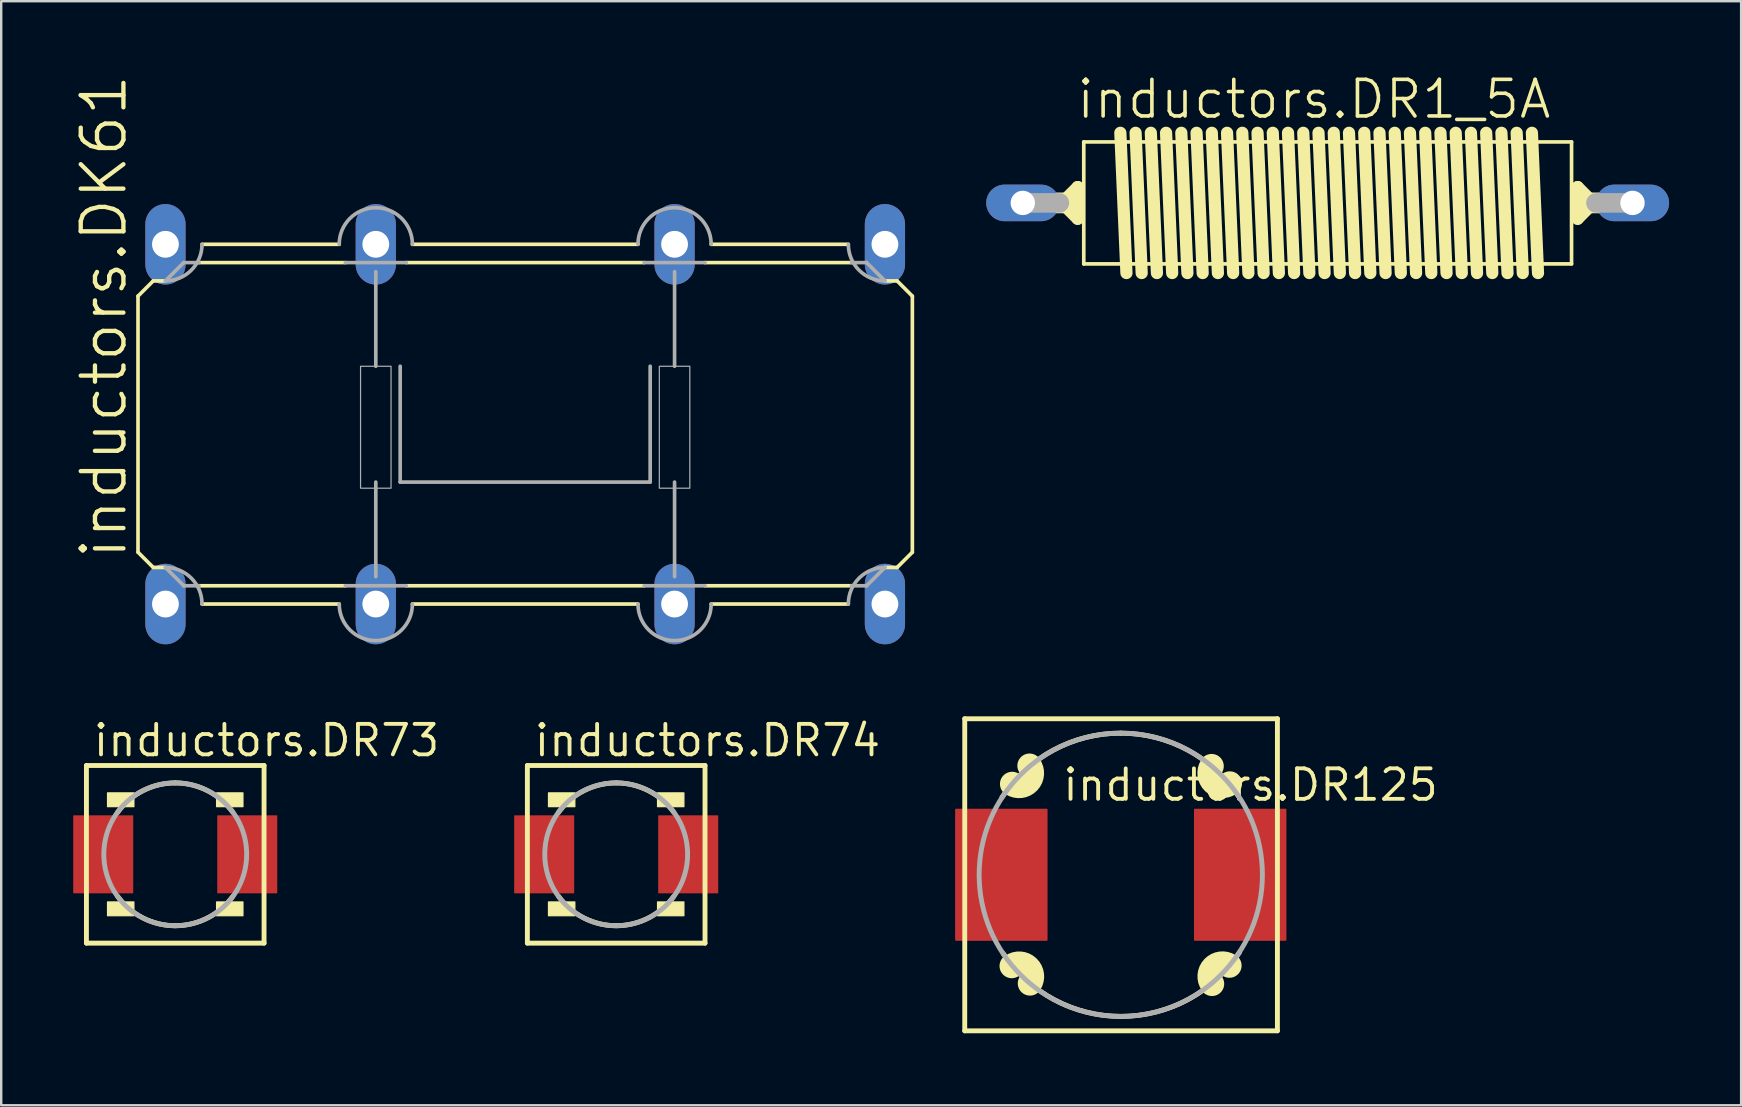
<source format=kicad_pcb>
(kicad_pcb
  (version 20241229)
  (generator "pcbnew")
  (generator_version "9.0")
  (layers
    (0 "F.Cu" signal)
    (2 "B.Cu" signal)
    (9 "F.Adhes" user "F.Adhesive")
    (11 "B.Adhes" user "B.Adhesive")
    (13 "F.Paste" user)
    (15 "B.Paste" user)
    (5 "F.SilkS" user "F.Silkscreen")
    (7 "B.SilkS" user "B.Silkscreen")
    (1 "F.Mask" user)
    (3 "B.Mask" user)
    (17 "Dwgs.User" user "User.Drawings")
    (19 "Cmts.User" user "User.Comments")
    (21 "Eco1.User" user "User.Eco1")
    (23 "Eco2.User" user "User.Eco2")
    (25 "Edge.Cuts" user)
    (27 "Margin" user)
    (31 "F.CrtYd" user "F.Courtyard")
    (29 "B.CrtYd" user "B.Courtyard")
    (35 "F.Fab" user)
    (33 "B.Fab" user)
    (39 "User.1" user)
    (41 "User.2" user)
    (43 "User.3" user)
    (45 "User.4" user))
  (footprint "inductors.DR1_5A"
    (layer "F.Cu")
    (at 52.257 5.403)
    (property "Reference" "inductors.DR1_5A" (at -10.541 -3.429 0) (layer "F.SilkS") (effects (font (size 1.524 1.524) (thickness 0.15)) (justify left bottom)))
    (attr through_hole)
    (fp_line (start -10.82 0.254) (end -10.414 0.66) (stroke (width 0.508) (type default)) (layer "F.SilkS"))
    (fp_line (start -10.414 -0.66) (end -10.82 -0.254) (stroke (width 0.508) (type default)) (layer "F.SilkS"))
    (fp_line (start -10.414 0.66) (end -10.414 -0.66) (stroke (width 0.508) (type default)) (layer "F.SilkS"))
    (fp_line (start -10.16 -2.54) (end -10.16 2.54) (stroke (width 0.152) (type default)) (layer "F.SilkS"))
    (fp_line (start -10.16 -2.54) (end 10.16 -2.54) (stroke (width 0.152) (type default)) (layer "F.SilkS"))
    (fp_line (start -8.636 -2.921) (end -8.382 2.921) (stroke (width 0.508) (type default)) (layer "F.SilkS"))
    (fp_line (start -8.001 -2.921) (end -7.747 2.921) (stroke (width 0.508) (type default)) (layer "F.SilkS"))
    (fp_line (start -7.366 -2.921) (end -7.112 2.921) (stroke (width 0.508) (type default)) (layer "F.SilkS"))
    (fp_line (start -6.731 -2.921) (end -6.477 2.921) (stroke (width 0.508) (type default)) (layer "F.SilkS"))
    (fp_line (start -6.096 -2.921) (end -5.842 2.921) (stroke (width 0.508) (type default)) (layer "F.SilkS"))
    (fp_line (start -5.461 -2.921) (end -5.207 2.921) (stroke (width 0.508) (type default)) (layer "F.SilkS"))
    (fp_line (start -4.826 -2.921) (end -4.572 2.921) (stroke (width 0.508) (type default)) (layer "F.SilkS"))
    (fp_line (start -4.191 -2.921) (end -3.937 2.921) (stroke (width 0.508) (type default)) (layer "F.SilkS"))
    (fp_line (start -3.556 -2.921) (end -3.302 2.921) (stroke (width 0.508) (type default)) (layer "F.SilkS"))
    (fp_line (start -2.921 -2.921) (end -2.667 2.921) (stroke (width 0.508) (type default)) (layer "F.SilkS"))
    (fp_line (start -2.286 -2.921) (end -2.032 2.921) (stroke (width 0.508) (type default)) (layer "F.SilkS"))
    (fp_line (start -1.651 -2.921) (end -1.397 2.921) (stroke (width 0.508) (type default)) (layer "F.SilkS"))
    (fp_line (start -1.016 -2.921) (end -0.762 2.921) (stroke (width 0.508) (type default)) (layer "F.SilkS"))
    (fp_line (start -0.381 -2.921) (end -0.127 2.921) (stroke (width 0.508) (type default)) (layer "F.SilkS"))
    (fp_line (start 0.254 -2.921) (end 0.508 2.921) (stroke (width 0.508) (type default)) (layer "F.SilkS"))
    (fp_line (start 0.889 -2.921) (end 1.143 2.921) (stroke (width 0.508) (type default)) (layer "F.SilkS"))
    (fp_line (start 1.524 -2.921) (end 1.778 2.921) (stroke (width 0.508) (type default)) (layer "F.SilkS"))
    (fp_line (start 2.159 -2.921) (end 2.413 2.921) (stroke (width 0.508) (type default)) (layer "F.SilkS"))
    (fp_line (start 2.794 -2.921) (end 3.048 2.921) (stroke (width 0.508) (type default)) (layer "F.SilkS"))
    (fp_line (start 3.429 -2.921) (end 3.683 2.921) (stroke (width 0.508) (type default)) (layer "F.SilkS"))
    (fp_line (start 4.064 -2.921) (end 4.318 2.921) (stroke (width 0.508) (type default)) (layer "F.SilkS"))
    (fp_line (start 4.699 -2.921) (end 4.953 2.921) (stroke (width 0.508) (type default)) (layer "F.SilkS"))
    (fp_line (start 5.334 -2.921) (end 5.588 2.921) (stroke (width 0.508) (type default)) (layer "F.SilkS"))
    (fp_line (start 5.969 -2.921) (end 6.223 2.921) (stroke (width 0.508) (type default)) (layer "F.SilkS"))
    (fp_line (start 6.604 -2.921) (end 6.858 2.921) (stroke (width 0.508) (type default)) (layer "F.SilkS"))
    (fp_line (start 7.239 -2.921) (end 7.493 2.921) (stroke (width 0.508) (type default)) (layer "F.SilkS"))
    (fp_line (start 7.874 -2.921) (end 8.128 2.921) (stroke (width 0.508) (type default)) (layer "F.SilkS"))
    (fp_line (start 8.509 -2.921) (end 8.763 2.921) (stroke (width 0.508) (type default)) (layer "F.SilkS"))
    (fp_line (start 10.16 2.54) (end -10.16 2.54) (stroke (width 0.152) (type default)) (layer "F.SilkS"))
    (fp_line (start 10.16 2.54) (end 10.16 -2.54) (stroke (width 0.152) (type default)) (layer "F.SilkS"))
    (fp_line (start 10.414 -0.66) (end 10.82 -0.254) (stroke (width 0.508) (type default)) (layer "F.SilkS"))
    (fp_line (start 10.414 0.66) (end 10.414 -0.66) (stroke (width 0.508) (type default)) (layer "F.SilkS"))
    (fp_line (start 10.82 0.254) (end 10.414 0.66) (stroke (width 0.508) (type default)) (layer "F.SilkS"))
    (fp_rect (start -11.303 0.406) (end -10.16 -0.406) (stroke (width 0.05) (type default)) (fill yes) (layer "F.SilkS"))
    (fp_rect (start 10.16 0.406) (end 11.303 -0.406) (stroke (width 0.05) (type default)) (fill yes) (layer "F.SilkS"))
    (fp_line (start -12.7 0) (end -11.176 0) (stroke (width 0.813) (type default)) (layer "F.Fab"))
    (fp_line (start 11.176 0) (end 12.7 0) (stroke (width 0.813) (type default)) (layer "F.Fab"))
    (pad "1" thru_hole oval (at -12.7 0) (size 3.048 1.524) (drill 1.016) (layers "*.Cu" "*.Mask"))
    (pad "2" thru_hole oval (at 12.7 0) (size 3.048 1.524) (drill 1.016) (layers "*.Cu" "*.Mask")))
  (footprint "inductors.DK61"
    (layer "F.Cu")
    (at 18.828 14.62)
    (property "Reference" "inductors.DK61" (at -16.51 5.715 90) (layer "F.SilkS") (effects (font (size 1.778 1.778) (thickness 0.18)) (justify left bottom)))
    (attr through_hole)
    (fp_line (start -16.129 5.334) (end -16.129 -5.334) (stroke (width 0.152) (type default)) (layer "F.SilkS"))
    (fp_line (start -15.494 -5.969) (end -16.129 -5.334) (stroke (width 0.152) (type default)) (layer "F.SilkS"))
    (fp_line (start -15.494 -5.969) (end -14.986 -5.969) (stroke (width 0.152) (type default)) (layer "F.SilkS"))
    (fp_line (start -15.494 5.969) (end -16.129 5.334) (stroke (width 0.152) (type default)) (layer "F.SilkS"))
    (fp_line (start -15.494 5.969) (end -14.986 5.969) (stroke (width 0.152) (type default)) (layer "F.SilkS"))
    (fp_line (start -7.747 -7.493) (end -13.462 -7.493) (stroke (width 0.152) (type default)) (layer "F.SilkS"))
    (fp_line (start -7.747 7.493) (end -13.462 7.493) (stroke (width 0.152) (type default)) (layer "F.SilkS"))
    (fp_line (start -7.493 -6.731) (end -13.589 -6.731) (stroke (width 0.152) (type default)) (layer "F.SilkS"))
    (fp_line (start -7.493 6.731) (end -13.589 6.731) (stroke (width 0.152) (type default)) (layer "F.SilkS"))
    (fp_line (start 4.699 -7.493) (end -4.699 -7.493) (stroke (width 0.152) (type default)) (layer "F.SilkS"))
    (fp_line (start 4.699 7.493) (end -4.699 7.493) (stroke (width 0.152) (type default)) (layer "F.SilkS"))
    (fp_line (start 4.953 -6.731) (end -4.953 -6.731) (stroke (width 0.152) (type default)) (layer "F.SilkS"))
    (fp_line (start 4.953 6.731) (end -4.953 6.731) (stroke (width 0.152) (type default)) (layer "F.SilkS"))
    (fp_line (start 13.462 -7.493) (end 7.747 -7.493) (stroke (width 0.152) (type default)) (layer "F.SilkS"))
    (fp_line (start 13.462 7.493) (end 7.747 7.493) (stroke (width 0.152) (type default)) (layer "F.SilkS"))
    (fp_line (start 13.589 -6.731) (end 7.493 -6.731) (stroke (width 0.152) (type default)) (layer "F.SilkS"))
    (fp_line (start 13.589 6.731) (end 7.493 6.731) (stroke (width 0.152) (type default)) (layer "F.SilkS"))
    (fp_line (start 15.494 -5.969) (end 14.986 -5.969) (stroke (width 0.152) (type default)) (layer "F.SilkS"))
    (fp_line (start 15.494 -5.969) (end 16.129 -5.334) (stroke (width 0.152) (type default)) (layer "F.SilkS"))
    (fp_line (start 15.494 5.969) (end 14.986 5.969) (stroke (width 0.152) (type default)) (layer "F.SilkS"))
    (fp_line (start 15.494 5.969) (end 16.129 5.334) (stroke (width 0.152) (type default)) (layer "F.SilkS"))
    (fp_line (start 16.129 5.334) (end 16.129 -5.334) (stroke (width 0.152) (type default)) (layer "F.SilkS"))
    (fp_line (start -14.224 -6.731) (end -14.986 -5.969) (stroke (width 0.152) (type default)) (layer "F.Fab"))
    (fp_line (start -14.224 -6.731) (end -13.589 -6.731) (stroke (width 0.152) (type default)) (layer "F.Fab"))
    (fp_line (start -14.224 6.731) (end -14.986 5.969) (stroke (width 0.152) (type default)) (layer "F.Fab"))
    (fp_line (start -14.224 6.731) (end -13.589 6.731) (stroke (width 0.152) (type default)) (layer "F.Fab"))
    (fp_line (start -7.493 -6.731) (end -4.953 -6.731) (stroke (width 0.152) (type default)) (layer "F.Fab"))
    (fp_line (start -7.493 6.731) (end -4.953 6.731) (stroke (width 0.152) (type default)) (layer "F.Fab"))
    (fp_line (start -6.223 -6.35) (end -6.223 -2.413) (stroke (width 0.152) (type default)) (layer "F.Fab"))
    (fp_line (start -6.223 2.413) (end -6.223 6.35) (stroke (width 0.152) (type default)) (layer "F.Fab"))
    (fp_line (start -5.207 2.413) (end -5.207 -2.413) (stroke (width 0.152) (type default)) (layer "F.Fab"))
    (fp_line (start -5.207 2.413) (end 5.207 2.413) (stroke (width 0.152) (type default)) (layer "F.Fab"))
    (fp_line (start 4.953 -6.731) (end 7.493 -6.731) (stroke (width 0.152) (type default)) (layer "F.Fab"))
    (fp_line (start 4.953 6.731) (end 7.493 6.731) (stroke (width 0.152) (type default)) (layer "F.Fab"))
    (fp_line (start 5.207 2.413) (end 5.207 -2.413) (stroke (width 0.152) (type default)) (layer "F.Fab"))
    (fp_line (start 6.223 -6.35) (end 6.223 -2.413) (stroke (width 0.152) (type default)) (layer "F.Fab"))
    (fp_line (start 6.223 2.413) (end 6.223 6.35) (stroke (width 0.152) (type default)) (layer "F.Fab"))
    (fp_line (start 14.224 -6.731) (end 13.589 -6.731) (stroke (width 0.152) (type default)) (layer "F.Fab"))
    (fp_line (start 14.224 -6.731) (end 14.986 -5.969) (stroke (width 0.152) (type default)) (layer "F.Fab"))
    (fp_line (start 14.224 6.731) (end 13.589 6.731) (stroke (width 0.152) (type default)) (layer "F.Fab"))
    (fp_line (start 14.224 6.731) (end 14.986 5.969) (stroke (width 0.152) (type default)) (layer "F.Fab"))
    (fp_rect (start -6.858 2.667) (end -5.588 -2.413) (stroke (width 0.05) (type default)) (fill no) (layer "F.Fab"))
    (fp_rect (start 5.588 2.667) (end 6.858 -2.413) (stroke (width 0.05) (type default)) (fill no) (layer "F.Fab"))
    (fp_arc (start -14.986 5.969) (mid -13.908369 6.415369) (end -13.462 7.493) (stroke (width 0.1524) (type default)) (layer "F.Fab"))
    (fp_arc (start -13.462 -7.493) (mid -13.908369 -6.415369) (end -14.986 -5.969) (stroke (width 0.1524) (type default)) (layer "F.Fab"))
    (fp_arc (start -7.747 -7.493) (mid -6.223 -9.017) (end -4.699 -7.493) (stroke (width 0.1524) (type default)) (layer "F.Fab"))
    (fp_arc (start -4.699 7.493) (mid -6.223 9.017) (end -7.747 7.493) (stroke (width 0.1524) (type default)) (layer "F.Fab"))
    (fp_arc (start 4.699 -7.493) (mid 6.223 -9.017) (end 7.747 -7.493) (stroke (width 0.1524) (type default)) (layer "F.Fab"))
    (fp_arc (start 7.747 7.493) (mid 6.223 9.017) (end 4.699 7.493) (stroke (width 0.1524) (type default)) (layer "F.Fab"))
    (fp_arc (start 13.462 7.493) (mid 13.908369 6.415369) (end 14.986 5.969) (stroke (width 0.1524) (type default)) (layer "F.Fab"))
    (fp_arc (start 14.986 -5.969) (mid 13.908369 -6.415369) (end 13.462 -7.493) (stroke (width 0.1524) (type default)) (layer "F.Fab"))
    (pad "1" thru_hole oval (at -6.223 7.493 90) (size 3.353 1.676) (drill 1.118) (layers "*.Cu" "*.Mask"))
    (pad "2" thru_hole oval (at -6.223 -7.493 90) (size 3.353 1.676) (drill 1.118) (layers "*.Cu" "*.Mask"))
    (pad "3" thru_hole oval (at 6.223 7.493 90) (size 3.353 1.676) (drill 1.118) (layers "*.Cu" "*.Mask"))
    (pad "4" thru_hole oval (at 6.223 -7.493 90) (size 3.353 1.676) (drill 1.118) (layers "*.Cu" "*.Mask"))
    (pad "5" thru_hole oval (at -14.986 7.493 90) (size 3.353 1.676) (drill 1.118) (layers "*.Cu" "*.Mask"))
    (pad "6" thru_hole oval (at -14.986 -7.493 90) (size 3.353 1.676) (drill 1.118) (layers "*.Cu" "*.Mask"))
    (pad "7" thru_hole oval (at 14.986 7.493 90) (size 3.353 1.676) (drill 1.118) (layers "*.Cu" "*.Mask"))
    (pad "8" thru_hole oval (at 14.986 -7.493 90) (size 3.353 1.676) (drill 1.118) (layers "*.Cu" "*.Mask")))
  (footprint "inductors.DR73"
    (layer "F.Cu")
    (at 4.25 32.539)
    (property "Reference" "inductors.DR73" (at -3.5 -4 0) (layer "F.SilkS") (effects (font (size 1.27 1.27) (thickness 0.16)) (justify left bottom)))
    (attr smd)
    (fp_line (start -3.7 -3.7) (end 3.7 -3.7) (stroke (width 0.203) (type default)) (layer "F.SilkS"))
    (fp_line (start -3.7 3.7) (end -3.7 -3.7) (stroke (width 0.203) (type default)) (layer "F.SilkS"))
    (fp_line (start 3.7 -3.7) (end 3.7 3.7) (stroke (width 0.203) (type default)) (layer "F.SilkS"))
    (fp_line (start 3.7 3.7) (end -3.7 3.7) (stroke (width 0.203) (type default)) (layer "F.SilkS"))
    (fp_rect (start -2.821 -1.984) (end -1.722 -2.559) (stroke (width 0.05) (type default)) (fill yes) (layer "F.SilkS"))
    (fp_rect (start -2.821 2.559) (end -1.722 1.984) (stroke (width 0.05) (type default)) (fill yes) (layer "F.SilkS"))
    (fp_rect (start 1.722 -1.984) (end 2.821 -2.559) (stroke (width 0.05) (type default)) (fill yes) (layer "F.SilkS"))
    (fp_rect (start 1.722 2.559) (end 2.821 1.984) (stroke (width 0.05) (type default)) (fill yes) (layer "F.SilkS"))
    (fp_arc (start -2.4 -1.75) (mid -1.346639 -2.649794) (end 0 -2.975) (stroke (width 0.2032) (type default)) (layer "F.SilkS"))
    (fp_arc (start 0 -2.975) (mid 1.346639 -2.649794) (end 2.4 -1.75) (stroke (width 0.2032) (type default)) (layer "F.SilkS"))
    (fp_arc (start 0 2.975) (mid -1.346639 2.649794) (end -2.4 1.75) (stroke (width 0.2032) (type default)) (layer "F.SilkS"))
    (fp_arc (start 2.4 1.75) (mid 1.346639 2.649794) (end 0 2.975) (stroke (width 0.2032) (type default)) (layer "F.SilkS"))
    (fp_circle (center 0 0) (end 2.975 0) (stroke (width 0.203) (type default)) (fill no) (layer "F.Fab"))
    (pad "1" smd roundrect (at -3 0) (size 2.5 3.25) (layers "F.Cu" "F.Mask" "F.Paste") (roundrect_rratio 0.01))
    (pad "2" smd roundrect (at 3 0) (size 2.5 3.25) (layers "F.Cu" "F.Mask" "F.Paste") (roundrect_rratio 0.01)))
  (footprint "inductors.DR74"
    (layer "F.Cu")
    (at 22.619 32.539)
    (property "Reference" "inductors.DR74" (at -3.5 -4 0) (layer "F.SilkS") (effects (font (size 1.27 1.27) (thickness 0.16)) (justify left bottom)))
    (attr smd)
    (fp_line (start -3.7 -3.7) (end 3.7 -3.7) (stroke (width 0.203) (type default)) (layer "F.SilkS"))
    (fp_line (start -3.7 3.7) (end -3.7 -3.7) (stroke (width 0.203) (type default)) (layer "F.SilkS"))
    (fp_line (start 3.7 -3.7) (end 3.7 3.7) (stroke (width 0.203) (type default)) (layer "F.SilkS"))
    (fp_line (start 3.7 3.7) (end -3.7 3.7) (stroke (width 0.203) (type default)) (layer "F.SilkS"))
    (fp_rect (start -2.821 -1.984) (end -1.722 -2.559) (stroke (width 0.05) (type default)) (fill yes) (layer "F.SilkS"))
    (fp_rect (start -2.821 2.559) (end -1.722 1.984) (stroke (width 0.05) (type default)) (fill yes) (layer "F.SilkS"))
    (fp_rect (start 1.722 -1.984) (end 2.821 -2.559) (stroke (width 0.05) (type default)) (fill yes) (layer "F.SilkS"))
    (fp_rect (start 1.722 2.559) (end 2.821 1.984) (stroke (width 0.05) (type default)) (fill yes) (layer "F.SilkS"))
    (fp_arc (start -2.4 -1.75) (mid -1.346639 -2.649794) (end 0 -2.975) (stroke (width 0.2032) (type default)) (layer "F.SilkS"))
    (fp_arc (start 0 -2.975) (mid 1.346639 -2.649794) (end 2.4 -1.75) (stroke (width 0.2032) (type default)) (layer "F.SilkS"))
    (fp_arc (start 0 2.975) (mid -1.346639 2.649794) (end -2.4 1.75) (stroke (width 0.2032) (type default)) (layer "F.SilkS"))
    (fp_arc (start 2.4 1.75) (mid 1.346639 2.649794) (end 0 2.975) (stroke (width 0.2032) (type default)) (layer "F.SilkS"))
    (fp_circle (center 0 0) (end 2.975 0) (stroke (width 0.203) (type default)) (fill no) (layer "F.Fab"))
    (pad "1" smd roundrect (at -3 0) (size 2.5 3.25) (layers "F.Cu" "F.Mask" "F.Paste") (roundrect_rratio 0.01))
    (pad "2" smd roundrect (at 3 0) (size 2.5 3.25) (layers "F.Cu" "F.Mask" "F.Paste") (roundrect_rratio 0.01)))
  (footprint "inductors.DR125"
    (layer "F.Cu")
    (at 43.639 33.391)
    (property "Reference" "inductors.DR125" (at -2.5 -3 0) (layer "F.SilkS") (effects (font (size 1.27 1.27) (thickness 0.16)) (justify left bottom)))
    (attr smd)
    (fp_line (start -6.5 -6.5) (end 6.525 -6.5) (stroke (width 0.203) (type default)) (layer "F.SilkS"))
    (fp_line (start -6.5 6.5) (end -6.5 -6.5) (stroke (width 0.203) (type default)) (layer "F.SilkS"))
    (fp_line (start 6.525 -6.5) (end 6.525 6.5) (stroke (width 0.203) (type default)) (layer "F.SilkS"))
    (fp_line (start 6.525 6.5) (end -6.5 6.5) (stroke (width 0.203) (type default)) (layer "F.SilkS"))
    (fp_arc (start -4.95 -3.225) (mid -2.814412 -5.190571) (end 0 -5.9) (stroke (width 0.2032) (type default)) (layer "F.SilkS"))
    (fp_arc (start -4.5431 3.8006) (mid -3.864485 3.849894) (end -3.783 4.5254) (stroke (width 1.016) (type default)) (layer "F.SilkS"))
    (fp_arc (start -3.8006 -4.5431) (mid -3.849894 -3.864485) (end -4.5254 -3.783) (stroke (width 1.016) (type default)) (layer "F.SilkS"))
    (fp_arc (start 0 -5.9) (mid 2.778519 -5.200736) (end 4.9 -3.275) (stroke (width 0.2032) (type default)) (layer "F.SilkS"))
    (fp_arc (start 0 5.9) (mid -2.778519 5.200736) (end -4.9 3.275) (stroke (width 0.2032) (type default)) (layer "F.SilkS"))
    (fp_arc (start 3.8006 4.5431) (mid 3.849894 3.864485) (end 4.5254 3.783) (stroke (width 1.016) (type default)) (layer "F.SilkS"))
    (fp_arc (start 4.5431 -3.8006) (mid 3.864485 -3.849894) (end 3.783 -4.5254) (stroke (width 1.016) (type default)) (layer "F.SilkS"))
    (fp_arc (start 4.95 3.225) (mid 2.814412 5.190571) (end 0 5.9) (stroke (width 0.2032) (type default)) (layer "F.SilkS"))
    (fp_circle (center 0 0) (end 5.9 0) (stroke (width 0.203) (type default)) (fill no) (layer "F.Fab"))
    (pad "1" smd roundrect (at -4.975 0) (size 3.85 5.5) (layers "F.Cu" "F.Mask" "F.Paste") (roundrect_rratio 0.01))
    (pad "2" smd roundrect (at 4.975 0) (size 3.85 5.5) (layers "F.Cu" "F.Mask" "F.Paste") (roundrect_rratio 0.01)))
  (gr_rect
    (start -3 -3)
    (end 69.481 42.993)
    (stroke (width 0.1) (type default))
    (fill no)
    (layer "Edge.Cuts")))
</source>
